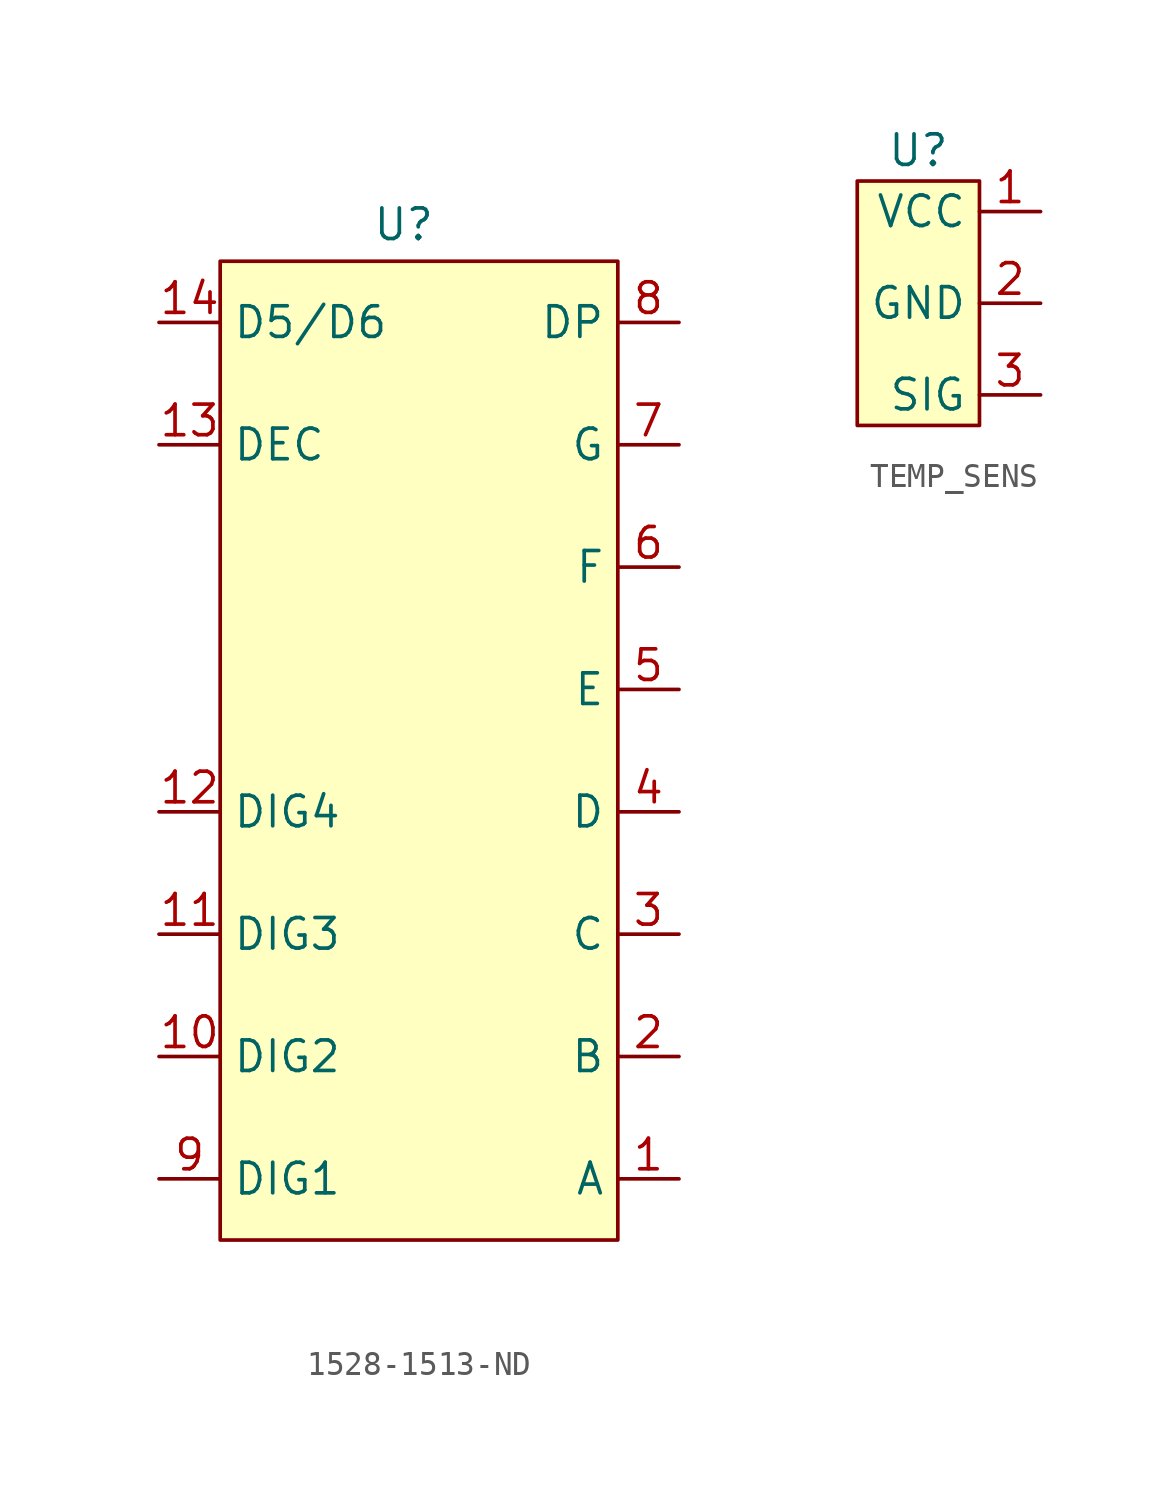
<source format=kicad_sym>
(kicad_symbol_lib
  (version 20241209)
  (generator "kicad_symbol_editor")
  (generator_version "9.0")
  (symbol "1528-1513-ND"
    (property "Reference" "U"
      (at 0 1.524 0)
      (effects (font (size 1.27 1.27))))
    (property "Value" ""
      (at 0 0 0)
      (effects (font (size 1.27 1.27))))
    (symbol "1528-1513-ND_1_1"
      (rectangle (start -7.62 0) (end 8.89 -40.64) (stroke (width 0) (type solid)) (fill (type background)))
      (pin input line (at -10.16 -2.54 0) (length 2.54) (name "D5/D6" (effects (font (size 1.27 1.27)))) (number "14" (effects (font (size 1.27 1.27)))))
      (pin input line (at -10.16 -7.62 0) (length 2.54) (name "DEC" (effects (font (size 1.27 1.27)))) (number "13" (effects (font (size 1.27 1.27)))))
      (pin input line (at -10.16 -22.86 0) (length 2.54) (name "DIG4" (effects (font (size 1.27 1.27)))) (number "12" (effects (font (size 1.27 1.27)))))
      (pin input line (at -10.16 -27.94 0) (length 2.54) (name "DIG3" (effects (font (size 1.27 1.27)))) (number "11" (effects (font (size 1.27 1.27)))))
      (pin input line (at -10.16 -33.02 0) (length 2.54) (name "DIG2" (effects (font (size 1.27 1.27)))) (number "10" (effects (font (size 1.27 1.27)))))
      (pin input line (at -10.16 -38.1 0) (length 2.54) (name "DIG1" (effects (font (size 1.27 1.27)))) (number "9" (effects (font (size 1.27 1.27)))))
      (pin input line (at 11.43 -2.54 180) (length 2.54) (name "DP" (effects (font (size 1.27 1.27)))) (number "8" (effects (font (size 1.27 1.27)))))
      (pin input line (at 11.43 -7.62 180) (length 2.54) (name "G" (effects (font (size 1.27 1.27)))) (number "7" (effects (font (size 1.27 1.27)))))
      (pin input line (at 11.43 -12.7 180) (length 2.54) (name "F" (effects (font (size 1.27 1.27)))) (number "6" (effects (font (size 1.27 1.27)))))
      (pin input line (at 11.43 -17.78 180) (length 2.54) (name "E" (effects (font (size 1.27 1.27)))) (number "5" (effects (font (size 1.27 1.27)))))
      (pin input line (at 11.43 -22.86 180) (length 2.54) (name "D" (effects (font (size 1.27 1.27)))) (number "4" (effects (font (size 1.27 1.27)))))
      (pin input line (at 11.43 -27.94 180) (length 2.54) (name "C" (effects (font (size 1.27 1.27)))) (number "3" (effects (font (size 1.27 1.27)))))
      (pin input line (at 11.43 -33.02 180) (length 2.54) (name "B" (effects (font (size 1.27 1.27)))) (number "2" (effects (font (size 1.27 1.27)))))
      (pin input line (at 11.43 -38.1 180) (length 2.54) (name "A" (effects (font (size 1.27 1.27)))) (number "1" (effects (font (size 1.27 1.27)))))))
  (symbol "TEMP_SENS"
    (property "Reference" "U"
      (at 0 1.27 0)
      (effects (font (size 1.27 1.27))))
    (property "Value" ""
      (at 0 0 0)
      (effects (font (size 1.27 1.27))))
    (symbol "TEMP_SENS_1_1"
      (rectangle (start -2.54 0) (end 2.54 -10.16) (stroke (width 0) (type solid)) (fill (type background)))
      (pin input line (at 5.08 -1.27 180) (length 2.54) (name "VCC" (effects (font (size 1.27 1.27)))) (number "1" (effects (font (size 1.27 1.27)))))
      (pin input line (at 5.08 -5.08 180) (length 2.54) (name "GND" (effects (font (size 1.27 1.27)))) (number "2" (effects (font (size 1.27 1.27)))))
      (pin input line (at 5.08 -8.89 180) (length 2.54) (name "SIG" (effects (font (size 1.27 1.27)))) (number "3" (effects (font (size 1.27 1.27))))))))
</source>
